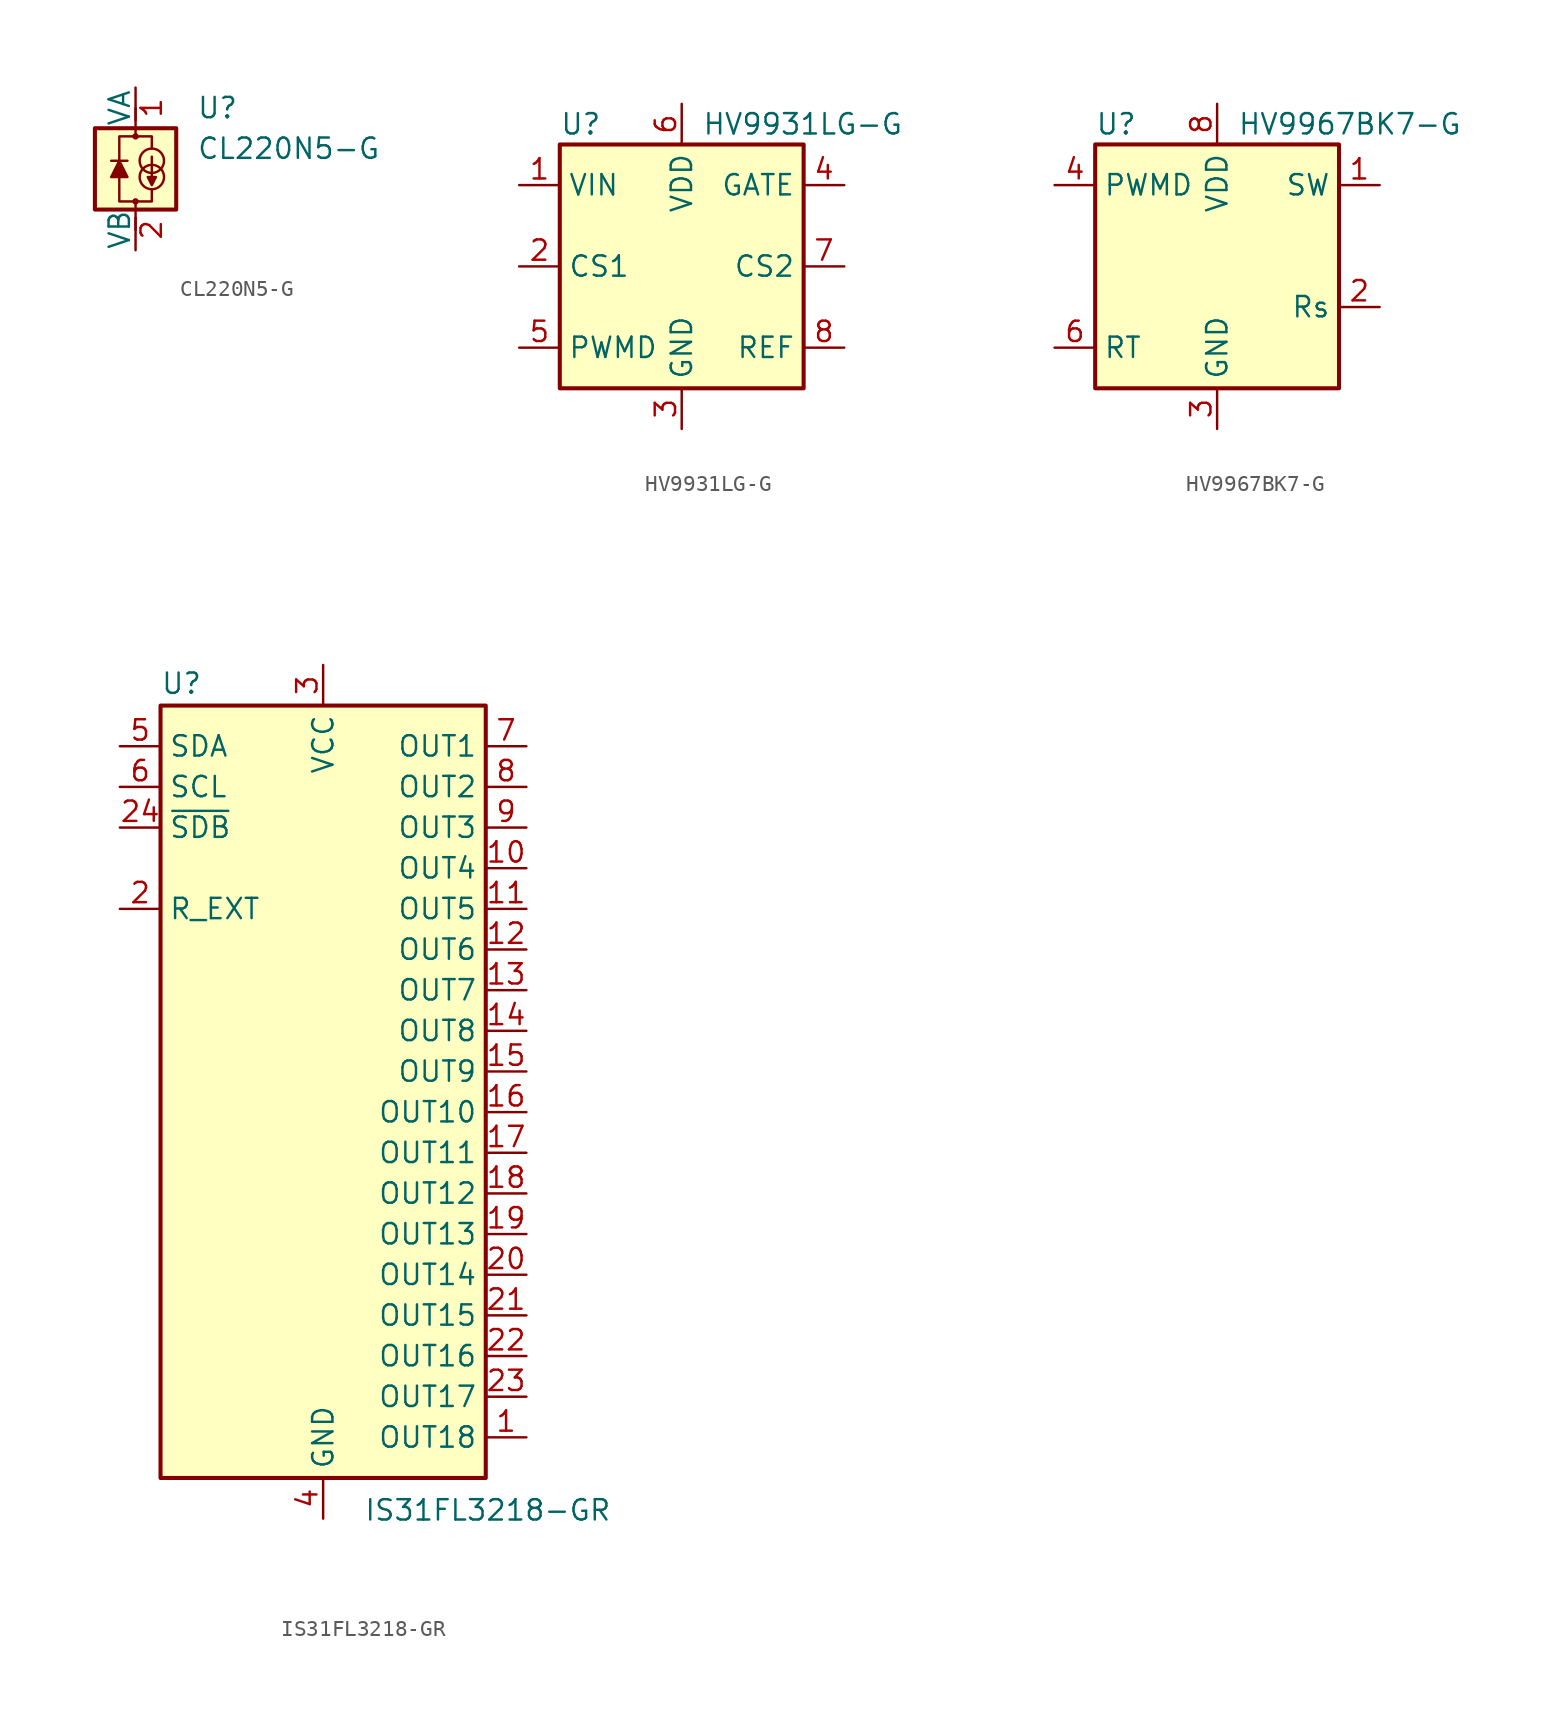
<source format=kicad_sym>
(kicad_symbol_lib
  (version 20211014)
  (generator kicad_symbol_editor)
  (symbol "CL220N5-G"
    (pin_names
      (offset 0))
    (property "Reference" "U"
      (at 3.81 3.81 0)
      (effects (font (size 1.27 1.27)) (justify left)))
    (property "Value" "CL220N5-G"
      (at 3.81 1.27 0)
      (effects (font (size 1.27 1.27)) (justify left)))
    (symbol "CL220N5-G_0_1"
      (rectangle (start -2.54 2.54) (end 2.54 -2.54) (stroke (width 0.254) (type default) (color 0 0 0 0)) (fill (type background)))
      (circle (center 0 -2.032) (radius 0.127) (stroke (width 0) (type default) (color 0 0 0 0)) (fill (type none)))
      (polyline (pts (xy -1.524 0.508) (xy -0.508 0.508)) (stroke (width 0) (type default) (color 0 0 0 0)) (fill (type none)))
      (polyline (pts (xy 0 -3.048) (xy 0 -3.81)) (stroke (width 0) (type default) (color 0 0 0 0)) (fill (type none)))
      (polyline (pts (xy 0 -2.032) (xy 0 -2.54)) (stroke (width 0) (type default) (color 0 0 0 0)) (fill (type none)))
      (polyline (pts (xy 0 2.032) (xy 0 2.54)) (stroke (width 0) (type default) (color 0 0 0 0)) (fill (type none)))
      (polyline (pts (xy 0 3.048) (xy 0 3.81)) (stroke (width 0) (type default) (color 0 0 0 0)) (fill (type none)))
      (polyline (pts (xy -1.016 -0.508) (xy -1.016 -2.032) (xy 1.016 -2.032) (xy 1.016 -1.27)) (stroke (width 0) (type default) (color 0 0 0 0)) (fill (type none)))
      (polyline (pts (xy -1.016 0.508) (xy -1.524 -0.508) (xy -0.508 -0.508) (xy -1.016 0.508)) (stroke (width 0) (type default) (color 0 0 0 0)) (fill (type outline)))
      (polyline (pts (xy 1.016 1.27) (xy 1.016 2.032) (xy -1.016 2.032) (xy -1.016 0.508)) (stroke (width 0) (type default) (color 0 0 0 0)) (fill (type none)))
      (polyline (pts (xy 1.016 0.762) (xy 1.016 -1.016) (xy 0.762 -0.508) (xy 1.27 -0.508) (xy 1.016 -1.016)) (stroke (width 0) (type default) (color 0 0 0 0)) (fill (type outline)))
      (circle (center 0 2.032) (radius 0.127) (stroke (width 0) (type default) (color 0 0 0 0)) (fill (type none)))
      (circle (center 1.016 -0.508) (radius 0.762) (stroke (width 0) (type default) (color 0 0 0 0)) (fill (type none)))
      (circle (center 1.016 0.508) (radius 0.762) (stroke (width 0) (type default) (color 0 0 0 0)) (fill (type none))))
    (symbol "CL220N5-G_1_1"
      (pin input line (at 0 5.08 270) (length 2.54) (name "VA" (effects (font (size 1.27 1.27)))) (number "1" (effects (font (size 1.27 1.27)))))
      (pin input line (at 0 -5.08 90) (length 2.54) (name "VB" (effects (font (size 1.27 1.27)))) (number "2" (effects (font (size 1.27 1.27)))))))
  (symbol "HV9931LG-G"
    (property "Reference" "U"
      (at -7.62 8.89 0)
      (effects (font (size 1.27 1.27)) (justify left)))
    (property "Value" "HV9931LG-G"
      (at 1.27 8.89 0)
      (effects (font (size 1.27 1.27)) (justify left)))
    (symbol "HV9931LG-G_0_1"
      (rectangle (start -7.62 7.62) (end 7.62 -7.62) (stroke (width 0.254) (type default) (color 0 0 0 0)) (fill (type background))))
    (symbol "HV9931LG-G_1_1"
      (pin power_in line (at -10.16 5.08 0) (length 2.54) (name "VIN" (effects (font (size 1.27 1.27)))) (number "1" (effects (font (size 1.27 1.27)))))
      (pin input line (at -10.16 0 0) (length 2.54) (name "CS1" (effects (font (size 1.27 1.27)))) (number "2" (effects (font (size 1.27 1.27)))))
      (pin power_in line (at 0 -10.16 90) (length 2.54) (name "GND" (effects (font (size 1.27 1.27)))) (number "3" (effects (font (size 1.27 1.27)))))
      (pin output line (at 10.16 5.08 180) (length 2.54) (name "GATE" (effects (font (size 1.27 1.27)))) (number "4" (effects (font (size 1.27 1.27)))))
      (pin output line (at -10.16 -5.08 0) (length 2.54) (name "PWMD" (effects (font (size 1.27 1.27)))) (number "5" (effects (font (size 1.27 1.27)))))
      (pin power_out line (at 0 10.16 270) (length 2.54) (name "VDD" (effects (font (size 1.27 1.27)))) (number "6" (effects (font (size 1.27 1.27)))))
      (pin input line (at 10.16 0 180) (length 2.54) (name "CS2" (effects (font (size 1.27 1.27)))) (number "7" (effects (font (size 1.27 1.27)))))
      (pin input line (at 10.16 -5.08 180) (length 2.54) (name "REF" (effects (font (size 1.27 1.27)))) (number "8" (effects (font (size 1.27 1.27)))))))
  (symbol "HV9967BK7-G"
    (property "Reference" "U"
      (at -7.62 8.89 0)
      (effects (font (size 1.27 1.27)) (justify left)))
    (property "Value" "HV9967BK7-G"
      (at 1.27 8.89 0)
      (effects (font (size 1.27 1.27)) (justify left)))
    (symbol "HV9967BK7-G_0_1"
      (rectangle (start -7.62 7.62) (end 7.62 -7.62) (stroke (width 0.254) (type default) (color 0 0 0 0)) (fill (type background))))
    (symbol "HV9967BK7-G_1_1"
      (pin output line (at 10.16 5.08 180) (length 2.54) (name "SW" (effects (font (size 1.27 1.27)))) (number "1" (effects (font (size 1.27 1.27)))))
      (pin input line (at 10.16 -2.54 180) (length 2.54) (name "Rs" (effects (font (size 1.27 1.27)))) (number "2" (effects (font (size 1.27 1.27)))))
      (pin power_in line (at 0 -10.16 90) (length 2.54) (name "GND" (effects (font (size 1.27 1.27)))) (number "3" (effects (font (size 1.27 1.27)))))
      (pin output line (at -10.16 5.08 0) (length 2.54) (name "PWMD" (effects (font (size 1.27 1.27)))) (number "4" (effects (font (size 1.27 1.27)))))
      (pin input line (at -10.16 -5.08 0) (length 2.54) (name "RT" (effects (font (size 1.27 1.27)))) (number "6" (effects (font (size 1.27 1.27)))))
      (pin passive line (at 0 -10.16 90) (length 2.54) hide (name "GND" (effects (font (size 1.27 1.27)))) (number "7" (effects (font (size 1.27 1.27)))))
      (pin power_out line (at 0 10.16 270) (length 2.54) (name "VDD" (effects (font (size 1.27 1.27)))) (number "8" (effects (font (size 1.27 1.27)))))
      (pin passive line (at 0 -10.16 90) (length 2.54) hide (name "GND" (effects (font (size 1.27 1.27)))) (number "9" (effects (font (size 1.27 1.27)))))))
  (symbol "IS31FL3218-GR"
    (property "Reference" "U"
      (at -10.16 26.035 0)
      (effects (font (size 1.27 1.27)) (justify left bottom)))
    (property "Value" "IS31FL3218-GR"
      (at 2.54 -24.13 0)
      (effects (font (size 1.27 1.27)) (justify left top)))
    (symbol "IS31FL3218-GR_0_1"
      (rectangle (start -10.16 25.4) (end 10.16 -22.86) (stroke (width 0.254) (type default) (color 0 0 0 0)) (fill (type background))))
    (symbol "IS31FL3218-GR_1_1"
      (pin open_collector line (at 12.7 -20.32 180) (length 2.54) (name "OUT18" (effects (font (size 1.27 1.27)))) (number "1" (effects (font (size 1.27 1.27)))))
      (pin open_collector line (at 12.7 15.24 180) (length 2.54) (name "OUT4" (effects (font (size 1.27 1.27)))) (number "10" (effects (font (size 1.27 1.27)))))
      (pin open_collector line (at 12.7 12.7 180) (length 2.54) (name "OUT5" (effects (font (size 1.27 1.27)))) (number "11" (effects (font (size 1.27 1.27)))))
      (pin open_collector line (at 12.7 10.16 180) (length 2.54) (name "OUT6" (effects (font (size 1.27 1.27)))) (number "12" (effects (font (size 1.27 1.27)))))
      (pin open_collector line (at 12.7 7.62 180) (length 2.54) (name "OUT7" (effects (font (size 1.27 1.27)))) (number "13" (effects (font (size 1.27 1.27)))))
      (pin open_collector line (at 12.7 5.08 180) (length 2.54) (name "OUT8" (effects (font (size 1.27 1.27)))) (number "14" (effects (font (size 1.27 1.27)))))
      (pin open_collector line (at 12.7 2.54 180) (length 2.54) (name "OUT9" (effects (font (size 1.27 1.27)))) (number "15" (effects (font (size 1.27 1.27)))))
      (pin open_collector line (at 12.7 0 180) (length 2.54) (name "OUT10" (effects (font (size 1.27 1.27)))) (number "16" (effects (font (size 1.27 1.27)))))
      (pin open_collector line (at 12.7 -2.54 180) (length 2.54) (name "OUT11" (effects (font (size 1.27 1.27)))) (number "17" (effects (font (size 1.27 1.27)))))
      (pin open_collector line (at 12.7 -5.08 180) (length 2.54) (name "OUT12" (effects (font (size 1.27 1.27)))) (number "18" (effects (font (size 1.27 1.27)))))
      (pin open_collector line (at 12.7 -7.62 180) (length 2.54) (name "OUT13" (effects (font (size 1.27 1.27)))) (number "19" (effects (font (size 1.27 1.27)))))
      (pin passive line (at -12.7 12.7 0) (length 2.54) (name "R_EXT" (effects (font (size 1.27 1.27)))) (number "2" (effects (font (size 1.27 1.27)))))
      (pin open_collector line (at 12.7 -10.16 180) (length 2.54) (name "OUT14" (effects (font (size 1.27 1.27)))) (number "20" (effects (font (size 1.27 1.27)))))
      (pin open_collector line (at 12.7 -12.7 180) (length 2.54) (name "OUT15" (effects (font (size 1.27 1.27)))) (number "21" (effects (font (size 1.27 1.27)))))
      (pin open_collector line (at 12.7 -15.24 180) (length 2.54) (name "OUT16" (effects (font (size 1.27 1.27)))) (number "22" (effects (font (size 1.27 1.27)))))
      (pin open_collector line (at 12.7 -17.78 180) (length 2.54) (name "OUT17" (effects (font (size 1.27 1.27)))) (number "23" (effects (font (size 1.27 1.27)))))
      (pin input line (at -12.7 17.78 0) (length 2.54) (name "~{SDB}" (effects (font (size 1.27 1.27)))) (number "24" (effects (font (size 1.27 1.27)))))
      (pin power_in line (at 0 27.94 270) (length 2.54) (name "VCC" (effects (font (size 1.27 1.27)))) (number "3" (effects (font (size 1.27 1.27)))))
      (pin power_in line (at 0 -25.4 90) (length 2.54) (name "GND" (effects (font (size 1.27 1.27)))) (number "4" (effects (font (size 1.27 1.27)))))
      (pin bidirectional line (at -12.7 22.86 0) (length 2.54) (name "SDA" (effects (font (size 1.27 1.27)))) (number "5" (effects (font (size 1.27 1.27)))))
      (pin input line (at -12.7 20.32 0) (length 2.54) (name "SCL" (effects (font (size 1.27 1.27)))) (number "6" (effects (font (size 1.27 1.27)))))
      (pin open_collector line (at 12.7 22.86 180) (length 2.54) (name "OUT1" (effects (font (size 1.27 1.27)))) (number "7" (effects (font (size 1.27 1.27)))))
      (pin open_collector line (at 12.7 20.32 180) (length 2.54) (name "OUT2" (effects (font (size 1.27 1.27)))) (number "8" (effects (font (size 1.27 1.27)))))
      (pin open_collector line (at 12.7 17.78 180) (length 2.54) (name "OUT3" (effects (font (size 1.27 1.27)))) (number "9" (effects (font (size 1.27 1.27))))))))
</source>
